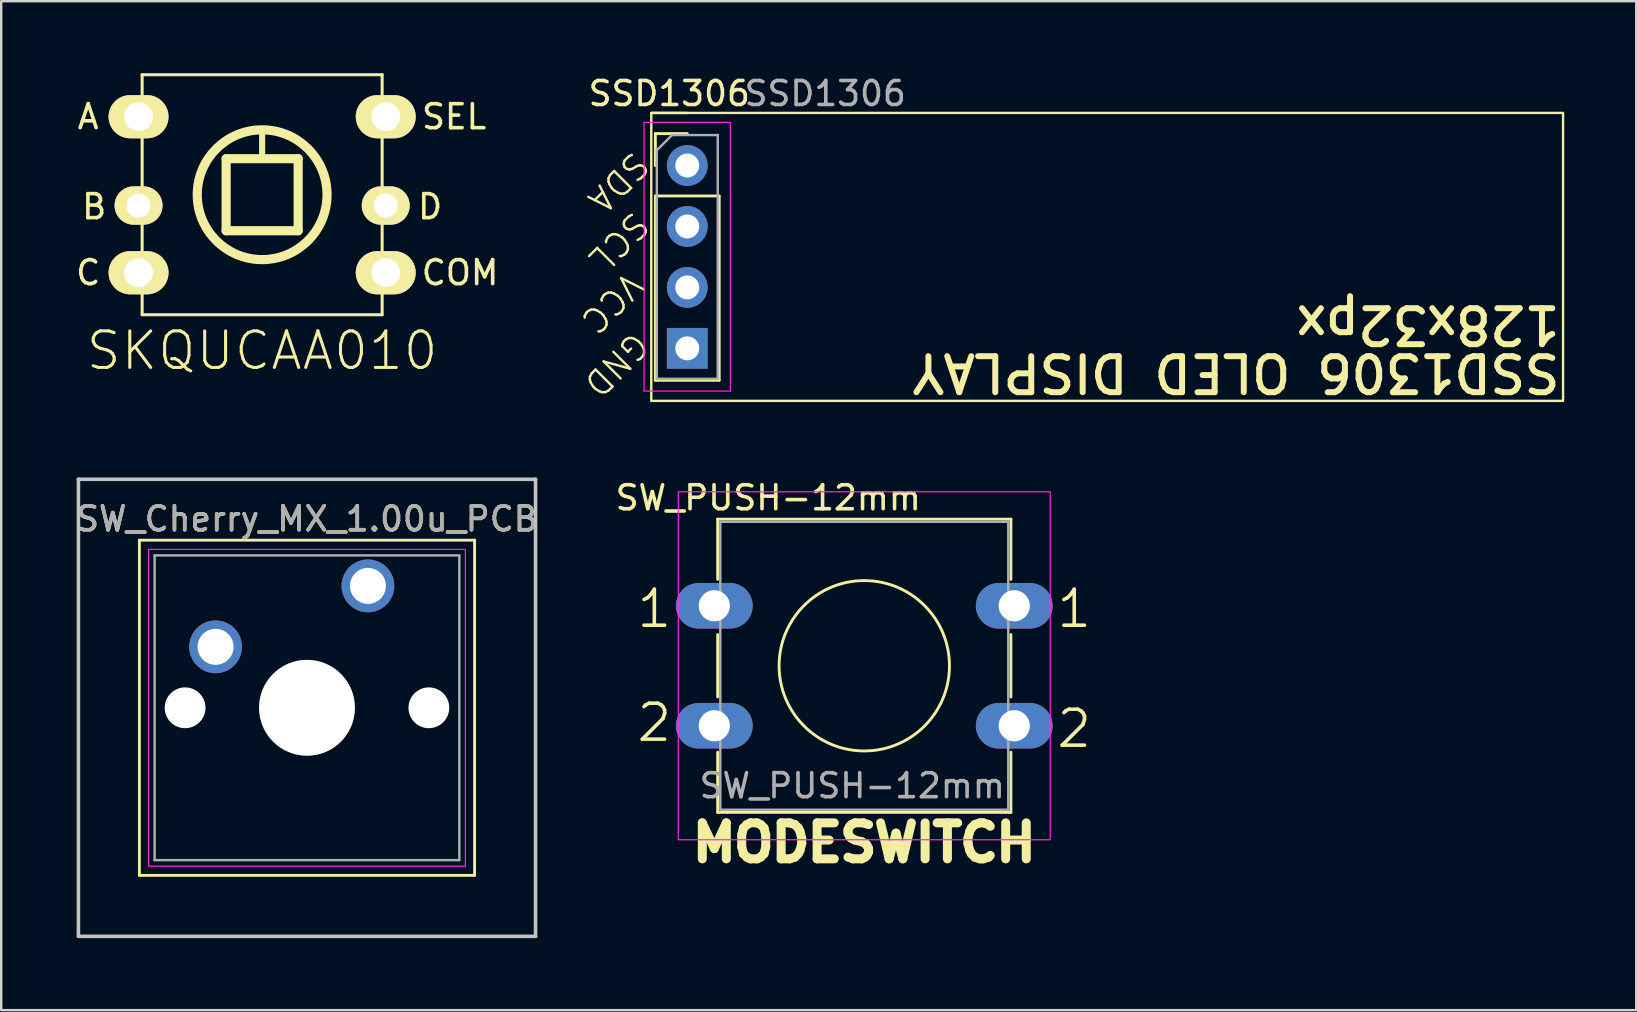
<source format=kicad_pcb>
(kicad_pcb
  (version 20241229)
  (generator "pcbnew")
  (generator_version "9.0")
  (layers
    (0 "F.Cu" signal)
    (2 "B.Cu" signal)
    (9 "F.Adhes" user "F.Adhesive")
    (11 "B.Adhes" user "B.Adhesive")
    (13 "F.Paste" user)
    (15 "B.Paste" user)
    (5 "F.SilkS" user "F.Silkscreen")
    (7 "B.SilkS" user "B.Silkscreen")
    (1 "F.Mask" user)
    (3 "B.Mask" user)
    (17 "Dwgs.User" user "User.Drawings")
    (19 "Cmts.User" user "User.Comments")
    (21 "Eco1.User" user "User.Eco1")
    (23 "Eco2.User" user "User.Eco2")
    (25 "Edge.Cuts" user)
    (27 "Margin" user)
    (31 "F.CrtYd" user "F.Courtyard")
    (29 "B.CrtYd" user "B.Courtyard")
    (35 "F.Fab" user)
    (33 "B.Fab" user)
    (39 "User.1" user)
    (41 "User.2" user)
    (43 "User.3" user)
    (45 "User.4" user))
  (footprint "SW_Cherry_MX_1.00u_PCB"
    (layer "F.Cu")
    (at 12.284 21.368)
    (property "Reference" "SW_Cherry_MX_1.00u_PCB" (at -2.54 -2.794 0) (layer "F.SilkS") (effects (font (size 1 1) (thickness 0.15))))
    (attr through_hole)
    (fp_line (start -9.525 -1.905) (end 4.445 -1.905) (stroke (width 0.12) (type solid)) (layer "F.SilkS"))
    (fp_line (start -9.525 12.065) (end -9.525 -1.905) (stroke (width 0.12) (type solid)) (layer "F.SilkS"))
    (fp_line (start 4.445 -1.905) (end 4.445 12.065) (stroke (width 0.12) (type solid)) (layer "F.SilkS"))
    (fp_line (start 4.445 12.065) (end -9.525 12.065) (stroke (width 0.12) (type solid)) (layer "F.SilkS"))
    (fp_line (start -12.065 -4.445) (end 6.985 -4.445) (stroke (width 0.15) (type solid)) (layer "Dwgs.User"))
    (fp_line (start -12.065 14.605) (end -12.065 -4.445) (stroke (width 0.15) (type solid)) (layer "Dwgs.User"))
    (fp_line (start 6.985 -4.445) (end 6.985 14.605) (stroke (width 0.15) (type solid)) (layer "Dwgs.User"))
    (fp_line (start 6.985 14.605) (end -12.065 14.605) (stroke (width 0.15) (type solid)) (layer "Dwgs.User"))
    (fp_line (start -9.14 -1.52) (end 4.06 -1.52) (stroke (width 0.05) (type solid)) (layer "F.CrtYd"))
    (fp_line (start -9.14 11.68) (end -9.14 -1.52) (stroke (width 0.05) (type solid)) (layer "F.CrtYd"))
    (fp_line (start 4.06 -1.52) (end 4.06 11.68) (stroke (width 0.05) (type solid)) (layer "F.CrtYd"))
    (fp_line (start 4.06 11.68) (end -9.14 11.68) (stroke (width 0.05) (type solid)) (layer "F.CrtYd"))
    (fp_line (start -8.89 -1.27) (end 3.81 -1.27) (stroke (width 0.1) (type solid)) (layer "F.Fab"))
    (fp_line (start -8.89 11.43) (end -8.89 -1.27) (stroke (width 0.1) (type solid)) (layer "F.Fab"))
    (fp_line (start 3.81 -1.27) (end 3.81 11.43) (stroke (width 0.1) (type solid)) (layer "F.Fab"))
    (fp_line (start 3.81 11.43) (end -8.89 11.43) (stroke (width 0.1) (type solid)) (layer "F.Fab"))
    (fp_text user "${REFERENCE}" (at -2.54 -2.794 0) (layer "F.Fab") (effects (font (size 1 1) (thickness 0.15))))
    (pad "" np_thru_hole circle (at -7.62 5.08) (size 1.7 1.7) (drill 1.7) (layers "*.Cu" "*.Mask"))
    (pad "" np_thru_hole circle (at -2.54 5.08) (size 4 4) (drill 4) (layers "*.Cu" "*.Mask"))
    (pad "" np_thru_hole circle (at 2.54 5.08) (size 1.7 1.7) (drill 1.7) (layers "*.Cu" "*.Mask"))
    (pad "1" thru_hole circle (at 0 0) (size 2.2 2.2) (drill 1.5) (layers "*.Cu" "*.Mask"))
    (pad "2" thru_hole circle (at -6.35 2.54) (size 2.2 2.2) (drill 1.5) (layers "*.Cu" "*.Mask")))
  (footprint "SKQUCAA010"
    (layer "F.Cu")
    (at 7.875 5.065)
    (property "Reference" "SKQUCAA010" (at 0 6.5 0) (layer "F.SilkS") (effects (font (size 1.524 1.524) (thickness 0.127))))
    (fp_line (start -5.001 -5.001) (end -5.001 5.001) (stroke (width 0.127) (type solid)) (layer "F.SilkS"))
    (fp_line (start -5.001 5.001) (end 5.001 5.001) (stroke (width 0.127) (type solid)) (layer "F.SilkS"))
    (fp_line (start -1.501 -1.501) (end 1.501 -1.501) (stroke (width 0.381) (type solid)) (layer "F.SilkS"))
    (fp_line (start -1.501 1.501) (end -1.501 -1.501) (stroke (width 0.381) (type solid)) (layer "F.SilkS"))
    (fp_line (start 0 -2.5) (end 0 -1.5) (stroke (width 0.254) (type solid)) (layer "F.SilkS"))
    (fp_line (start 1.501 -1.501) (end 1.501 1.501) (stroke (width 0.381) (type solid)) (layer "F.SilkS"))
    (fp_line (start 1.501 1.501) (end -1.501 1.501) (stroke (width 0.381) (type solid)) (layer "F.SilkS"))
    (fp_line (start 5.001 -5.001) (end -5.001 -5.001) (stroke (width 0.127) (type solid)) (layer "F.SilkS"))
    (fp_line (start 5.001 5.001) (end 5.001 -5.001) (stroke (width 0.127) (type solid)) (layer "F.SilkS"))
    (fp_circle (center 0 0) (end 2.25 -1.501) (stroke (width 0.381) (type solid)) (fill no) (layer "F.SilkS"))
    (fp_text user "D" (at 7 0.5 0) (layer "F.SilkS") (effects (font (size 1 1) (thickness 0.15))))
    (fp_text user "B" (at -7 0.5 0) (layer "F.SilkS") (effects (font (size 1 1) (thickness 0.15))))
    (fp_text user "C" (at -7.25 3.25 0) (layer "F.SilkS") (effects (font (size 1 1) (thickness 0.15))))
    (fp_text user "SEL" (at 8 -3.25 0) (layer "F.SilkS") (effects (font (size 1 1) (thickness 0.15))))
    (fp_text user "COM" (at 8.25 3.25 0) (layer "F.SilkS") (effects (font (size 1 1) (thickness 0.15))))
    (fp_text user "A" (at -7.25 -3.25 0) (layer "F.SilkS") (effects (font (size 1 1) (thickness 0.15))))
    (pad "1" thru_hole oval (at -5.151 -3.251) (size 2.499 1.801) (drill 1.199) (layers "*.Cu" "*.Mask" "F.SilkS"))
    (pad "2" thru_hole oval (at -5.151 0.45) (size 1.999 1.6) (drill 1.001) (layers "*.Cu" "*.Mask" "F.SilkS"))
    (pad "3" thru_hole oval (at -5.151 3.251) (size 2.499 1.801) (drill 1.199) (layers "*.Cu" "*.Mask" "F.SilkS"))
    (pad "4" thru_hole oval (at 5.151 3.251) (size 2.499 1.801) (drill 1.199) (layers "*.Cu" "*.Mask" "F.SilkS"))
    (pad "5" thru_hole oval (at 5.151 0.45) (size 1.999 1.6) (drill 1.001) (layers "*.Cu" "*.Mask" "F.SilkS"))
    (pad "6" thru_hole oval (at 5.151 -3.251) (size 2.499 1.801) (drill 1.199) (layers "*.Cu" "*.Mask" "F.SilkS")))
  (footprint "SW_PUSH-12mm"
    (layer "F.Cu")
    (at 32.97 24.697)
    (property "Reference" "SW_PUSH-12mm" (at -4 -7 0) (layer "F.SilkS") (effects (font (size 1 1) (thickness 0.15))))
    (attr through_hole)
    (fp_line (start -6.11 -6.11) (end -6.11 -3.6) (stroke (width 0.12) (type default)) (layer "F.SilkS"))
    (fp_line (start -6.11 -6.11) (end 6.11 -6.11) (stroke (width 0.12) (type default)) (layer "F.SilkS"))
    (fp_line (start -6.11 -1.3) (end -6.11 1.3) (stroke (width 0.12) (type default)) (layer "F.SilkS"))
    (fp_line (start -6.11 3.6) (end -6.11 6.11) (stroke (width 0.12) (type default)) (layer "F.SilkS"))
    (fp_line (start 6.11 -6.11) (end 6.11 -3.6) (stroke (width 0.12) (type default)) (layer "F.SilkS"))
    (fp_line (start 6.11 -1.3) (end 6.11 1.3) (stroke (width 0.12) (type default)) (layer "F.SilkS"))
    (fp_line (start 6.11 3.6) (end 6.11 6.11) (stroke (width 0.12) (type default)) (layer "F.SilkS"))
    (fp_line (start 6.11 6.11) (end -6.11 6.11) (stroke (width 0.12) (type default)) (layer "F.SilkS"))
    (fp_circle (center 0 0) (end 3.55 0) (stroke (width 0.12) (type default)) (fill no) (layer "F.SilkS"))
    (fp_rect (start -7.75 -7.25) (end 7.75 7.25) (stroke (width 0.05) (type default)) (fill no) (layer "F.CrtYd"))
    (fp_rect (start -6 -6) (end 6 6) (stroke (width 0.1) (type default)) (fill no) (layer "F.Fab"))
    (fp_text user "1" (at 8.75 -1.5 0) (unlocked yes) (layer "F.SilkS") (effects (font (size 1.5 1.5) (thickness 0.15)) (justify bottom)))
    (fp_text user "2" (at -8.75 3.25 0) (unlocked yes) (layer "F.SilkS") (effects (font (size 1.5 1.5) (thickness 0.15)) (justify bottom)))
    (fp_text user "2" (at 8.75 3.5 0) (unlocked yes) (layer "F.SilkS") (effects (font (size 1.5 1.5) (thickness 0.15)) (justify bottom)))
    (fp_text user "1" (at -8.75 -1.5 0) (unlocked yes) (layer "F.SilkS") (effects (font (size 1.5 1.5) (thickness 0.15)) (justify bottom)))
    (fp_text user "MODESWITCH" (at 0 8.25 0) (unlocked yes) (layer "F.SilkS") (effects (font (size 1.5 1.5) (thickness 0.375) (bold yes)) (justify bottom)))
    (fp_text user "${REFERENCE}" (at -0.5 5 0) (layer "F.Fab") (effects (font (size 1 1) (thickness 0.15))))
    (pad "1" thru_hole oval (at -6.25 -2.5) (size 3.2 1.9) (drill 1.3) (layers "*.Cu" "*.Mask"))
    (pad "1" thru_hole oval (at 6.25 -2.5) (size 3.2 1.9) (drill 1.3) (layers "*.Cu" "*.Mask"))
    (pad "2" thru_hole oval (at -6.25 2.5) (size 3.2 1.9) (drill 1.3) (layers "*.Cu" "*.Mask"))
    (pad "2" thru_hole oval (at 6.25 2.5) (size 3.2 1.9) (drill 1.3) (layers "*.Cu" "*.Mask")))
  (footprint "SSD1306"
    (layer "F.Cu")
    (at 25.593 3.848)
    (property "Reference" "SSD1306" (at -0.75 -3 0) (layer "F.SilkS") (effects (font (size 1 1) (thickness 0.15))))
    (attr through_hole)
    (fp_line (start -1.5 -2.19) (end 0 -2.19) (stroke (width 0.1) (type default)) (layer "F.SilkS"))
    (fp_line (start -1.33 -1.33) (end 0 -1.33) (stroke (width 0.12) (type solid)) (layer "F.SilkS"))
    (fp_line (start -1.33 0) (end -1.33 -1.33) (stroke (width 0.12) (type solid)) (layer "F.SilkS"))
    (fp_line (start -1.33 1.27) (end -1.33 8.95) (stroke (width 0.12) (type solid)) (layer "F.SilkS"))
    (fp_line (start -1.33 1.27) (end 1.33 1.27) (stroke (width 0.12) (type solid)) (layer "F.SilkS"))
    (fp_line (start -1.33 8.95) (end 1.33 8.95) (stroke (width 0.12) (type solid)) (layer "F.SilkS"))
    (fp_line (start 1.33 1.27) (end 1.33 8.95) (stroke (width 0.12) (type solid)) (layer "F.SilkS"))
    (fp_rect (start -1.5 -2.19) (end 36.5 9.81) (stroke (width 0.1) (type default)) (fill no) (layer "F.SilkS"))
    (fp_line (start -1.8 -1.8) (end -1.8 9.4) (stroke (width 0.05) (type solid)) (layer "F.CrtYd"))
    (fp_line (start -1.8 9.4) (end 1.8 9.4) (stroke (width 0.05) (type solid)) (layer "F.CrtYd"))
    (fp_line (start 1.8 -1.8) (end -1.8 -1.8) (stroke (width 0.05) (type solid)) (layer "F.CrtYd"))
    (fp_line (start 1.8 9.4) (end 1.8 -1.8) (stroke (width 0.05) (type solid)) (layer "F.CrtYd"))
    (fp_line (start -1.27 -0.635) (end -0.635 -1.27) (stroke (width 0.1) (type solid)) (layer "F.Fab"))
    (fp_line (start -1.27 8.89) (end -1.27 -0.635) (stroke (width 0.1) (type solid)) (layer "F.Fab"))
    (fp_line (start -0.635 -1.27) (end 1.27 -1.27) (stroke (width 0.1) (type solid)) (layer "F.Fab"))
    (fp_line (start 1.27 -1.27) (end 1.27 8.89) (stroke (width 0.1) (type solid)) (layer "F.Fab"))
    (fp_line (start 1.27 8.89) (end -1.27 8.89) (stroke (width 0.1) (type solid)) (layer "F.Fab"))
    (fp_line (start 0 0) (end 0 -2.19) (stroke (width 0.1) (type default)) (layer "User.1"))
    (fp_text user "128x32px" (at 36.5 5.75 180) (unlocked yes) (layer "F.SilkS") (effects (font (size 1.5 1.5) (thickness 0.25) (bold yes)) (justify left bottom)))
    (fp_text user "SSD1306 OLED DISPLAY" (at 36.5 7.75 180) (unlocked yes) (layer "F.SilkS") (effects (font (size 1.5 1.5) (thickness 0.25) (bold yes)) (justify left bottom)))
    (fp_text user "GND" (at -2.25 6.75 225) (unlocked yes) (layer "F.SilkS") (effects (font (size 1 1) (thickness 0.1)) (justify left bottom)))
    (fp_text user "SCL" (at -2.25 1.75 225) (unlocked yes) (layer "F.SilkS") (effects (font (size 1 1) (thickness 0.1)) (justify left bottom)))
    (fp_text user "VCC" (at -2.5 4.25 225) (unlocked yes) (layer "F.SilkS") (effects (font (size 1 1) (thickness 0.1)) (justify left bottom)))
    (fp_text user "SDA" (at -2.25 -0.75 225) (unlocked yes) (layer "F.SilkS") (effects (font (size 1 1) (thickness 0.1)) (justify left bottom)))
    (fp_text user "${REFERENCE}" (at 5.75 -3 180) (layer "F.Fab") (effects (font (size 1 1) (thickness 0.15))))
    (pad "1" thru_hole circle (at 0 0) (size 1.7 1.7) (drill 1) (layers "*.Cu" "*.Mask"))
    (pad "2" thru_hole circle (at 0 2.54) (size 1.7 1.7) (drill 1) (layers "*.Cu" "*.Mask"))
    (pad "3" thru_hole oval (at 0 5.08) (size 1.7 1.7) (drill 1) (layers "*.Cu" "*.Mask"))
    (pad "4" thru_hole rect (at 0 7.62) (size 1.7 1.7) (drill 1) (layers "*.Cu" "*.Mask")))
  (gr_rect
    (start -3 -3)
    (end 65.143 39.048)
    (stroke (width 0.1) (type default))
    (fill no)
    (layer "Edge.Cuts")))
</source>
